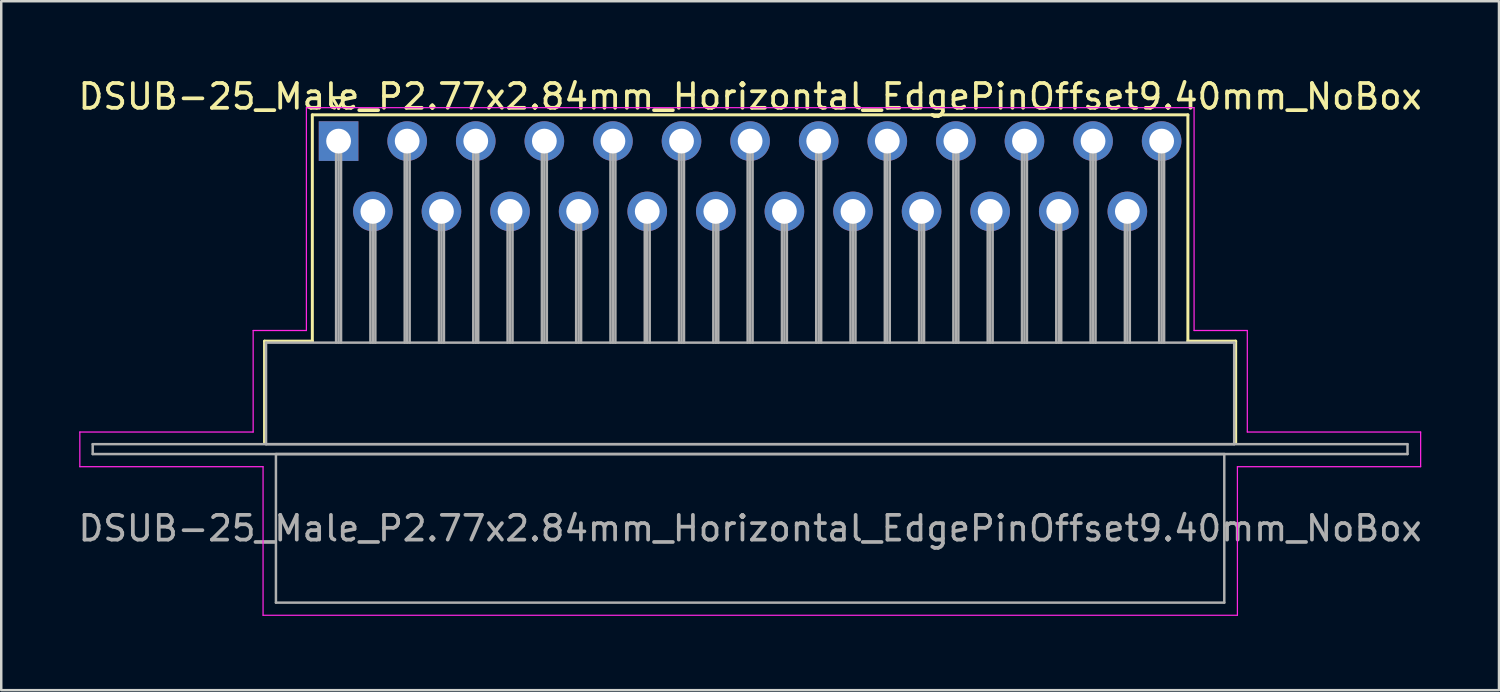
<source format=kicad_pcb>
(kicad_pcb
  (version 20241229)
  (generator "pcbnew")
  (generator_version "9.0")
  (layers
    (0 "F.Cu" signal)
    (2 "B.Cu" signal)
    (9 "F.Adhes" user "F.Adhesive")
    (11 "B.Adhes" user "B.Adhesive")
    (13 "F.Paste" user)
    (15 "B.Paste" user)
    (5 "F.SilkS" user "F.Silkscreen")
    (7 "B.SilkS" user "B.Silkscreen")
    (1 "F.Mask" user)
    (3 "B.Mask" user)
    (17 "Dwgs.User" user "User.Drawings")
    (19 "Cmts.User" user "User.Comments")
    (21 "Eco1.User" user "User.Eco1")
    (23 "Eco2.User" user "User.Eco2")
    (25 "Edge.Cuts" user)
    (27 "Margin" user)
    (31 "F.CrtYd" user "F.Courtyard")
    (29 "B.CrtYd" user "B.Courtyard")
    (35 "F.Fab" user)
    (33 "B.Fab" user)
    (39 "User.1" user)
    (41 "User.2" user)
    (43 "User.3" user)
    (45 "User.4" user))
  (footprint "DSUB-25_Male_P2.77x2.84mm_Horizontal_EdgePinOffset9.40mm_NoBox"
    (layer "F.Cu")
    (at 10.624 2.648)
    (property "Reference" "DSUB-25_Male_P2.77x2.84mm_Horizontal_EdgePinOffset9.40mm_NoBox" (at 16.62 -1.8 0) (layer "F.SilkS") (effects (font (size 1 1) (thickness 0.15))))
    (attr through_hole)
    (fp_line (start -2.99 8.08) (end -1.06 8.08) (stroke (width 0.12) (type solid)) (layer "F.SilkS"))
    (fp_line (start -2.99 12.18) (end -2.99 8.08) (stroke (width 0.12) (type solid)) (layer "F.SilkS"))
    (fp_line (start -1.06 -1.06) (end 34.3 -1.06) (stroke (width 0.12) (type solid)) (layer "F.SilkS"))
    (fp_line (start -1.06 8.08) (end -1.06 -1.06) (stroke (width 0.12) (type solid)) (layer "F.SilkS"))
    (fp_line (start -0.25 -1.754) (end 0.25 -1.754) (stroke (width 0.12) (type solid)) (layer "F.SilkS"))
    (fp_line (start 0 -1.321) (end -0.25 -1.754) (stroke (width 0.12) (type solid)) (layer "F.SilkS"))
    (fp_line (start 0.25 -1.754) (end 0 -1.321) (stroke (width 0.12) (type solid)) (layer "F.SilkS"))
    (fp_line (start 34.3 -1.06) (end 34.3 8.08) (stroke (width 0.12) (type solid)) (layer "F.SilkS"))
    (fp_line (start 34.3 8.08) (end 36.23 8.08) (stroke (width 0.12) (type solid)) (layer "F.SilkS"))
    (fp_line (start 36.23 8.08) (end 36.23 12.18) (stroke (width 0.12) (type solid)) (layer "F.SilkS"))
    (fp_line (start -10.45 11.75) (end -3.45 11.75) (stroke (width 0.05) (type solid)) (layer "F.CrtYd"))
    (fp_line (start -10.45 13.15) (end -10.45 11.75) (stroke (width 0.05) (type solid)) (layer "F.CrtYd"))
    (fp_line (start -3.45 7.65) (end -1.3 7.65) (stroke (width 0.05) (type solid)) (layer "F.CrtYd"))
    (fp_line (start -3.45 11.75) (end -3.45 7.65) (stroke (width 0.05) (type solid)) (layer "F.CrtYd"))
    (fp_line (start -3.05 13.15) (end -10.45 13.15) (stroke (width 0.05) (type solid)) (layer "F.CrtYd"))
    (fp_line (start -3.05 19.15) (end -3.05 13.15) (stroke (width 0.05) (type solid)) (layer "F.CrtYd"))
    (fp_line (start -1.3 -1.35) (end 34.55 -1.35) (stroke (width 0.05) (type solid)) (layer "F.CrtYd"))
    (fp_line (start -1.3 7.65) (end -1.3 -1.35) (stroke (width 0.05) (type solid)) (layer "F.CrtYd"))
    (fp_line (start 34.55 -1.35) (end 34.55 7.65) (stroke (width 0.05) (type solid)) (layer "F.CrtYd"))
    (fp_line (start 34.55 7.65) (end 36.7 7.65) (stroke (width 0.05) (type solid)) (layer "F.CrtYd"))
    (fp_line (start 36.3 13.15) (end 36.3 19.15) (stroke (width 0.05) (type solid)) (layer "F.CrtYd"))
    (fp_line (start 36.3 19.15) (end -3.05 19.15) (stroke (width 0.05) (type solid)) (layer "F.CrtYd"))
    (fp_line (start 36.7 7.65) (end 36.7 11.75) (stroke (width 0.05) (type solid)) (layer "F.CrtYd"))
    (fp_line (start 36.7 11.75) (end 43.7 11.75) (stroke (width 0.05) (type solid)) (layer "F.CrtYd"))
    (fp_line (start 43.7 11.75) (end 43.7 13.15) (stroke (width 0.05) (type solid)) (layer "F.CrtYd"))
    (fp_line (start 43.7 13.15) (end 36.3 13.15) (stroke (width 0.05) (type solid)) (layer "F.CrtYd"))
    (fp_line (start -9.93 12.24) (end -9.93 12.64) (stroke (width 0.1) (type solid)) (layer "F.Fab"))
    (fp_line (start -9.93 12.64) (end 43.17 12.64) (stroke (width 0.1) (type solid)) (layer "F.Fab"))
    (fp_line (start -2.93 8.14) (end -2.93 12.24) (stroke (width 0.1) (type solid)) (layer "F.Fab"))
    (fp_line (start -2.93 12.24) (end 36.17 12.24) (stroke (width 0.1) (type solid)) (layer "F.Fab"))
    (fp_line (start -2.53 12.64) (end -2.53 18.64) (stroke (width 0.1) (type solid)) (layer "F.Fab"))
    (fp_line (start -2.53 18.64) (end 35.77 18.64) (stroke (width 0.1) (type solid)) (layer "F.Fab"))
    (fp_line (start -0.1 0) (end -0.1 8.14) (stroke (width 0.1) (type solid)) (layer "F.Fab"))
    (fp_line (start 0 0) (end 0 8.14) (stroke (width 0.1) (type solid)) (layer "F.Fab"))
    (fp_line (start 0.1 0) (end 0.1 8.14) (stroke (width 0.1) (type solid)) (layer "F.Fab"))
    (fp_line (start 1.285 2.84) (end 1.285 8.14) (stroke (width 0.1) (type solid)) (layer "F.Fab"))
    (fp_line (start 1.385 2.84) (end 1.385 8.14) (stroke (width 0.1) (type solid)) (layer "F.Fab"))
    (fp_line (start 1.485 2.84) (end 1.485 8.14) (stroke (width 0.1) (type solid)) (layer "F.Fab"))
    (fp_line (start 2.67 0) (end 2.67 8.14) (stroke (width 0.1) (type solid)) (layer "F.Fab"))
    (fp_line (start 2.77 0) (end 2.77 8.14) (stroke (width 0.1) (type solid)) (layer "F.Fab"))
    (fp_line (start 2.87 0) (end 2.87 8.14) (stroke (width 0.1) (type solid)) (layer "F.Fab"))
    (fp_line (start 4.055 2.84) (end 4.055 8.14) (stroke (width 0.1) (type solid)) (layer "F.Fab"))
    (fp_line (start 4.155 2.84) (end 4.155 8.14) (stroke (width 0.1) (type solid)) (layer "F.Fab"))
    (fp_line (start 4.255 2.84) (end 4.255 8.14) (stroke (width 0.1) (type solid)) (layer "F.Fab"))
    (fp_line (start 5.44 0) (end 5.44 8.14) (stroke (width 0.1) (type solid)) (layer "F.Fab"))
    (fp_line (start 5.54 0) (end 5.54 8.14) (stroke (width 0.1) (type solid)) (layer "F.Fab"))
    (fp_line (start 5.64 0) (end 5.64 8.14) (stroke (width 0.1) (type solid)) (layer "F.Fab"))
    (fp_line (start 6.825 2.84) (end 6.825 8.14) (stroke (width 0.1) (type solid)) (layer "F.Fab"))
    (fp_line (start 6.925 2.84) (end 6.925 8.14) (stroke (width 0.1) (type solid)) (layer "F.Fab"))
    (fp_line (start 7.025 2.84) (end 7.025 8.14) (stroke (width 0.1) (type solid)) (layer "F.Fab"))
    (fp_line (start 8.21 0) (end 8.21 8.14) (stroke (width 0.1) (type solid)) (layer "F.Fab"))
    (fp_line (start 8.31 0) (end 8.31 8.14) (stroke (width 0.1) (type solid)) (layer "F.Fab"))
    (fp_line (start 8.41 0) (end 8.41 8.14) (stroke (width 0.1) (type solid)) (layer "F.Fab"))
    (fp_line (start 9.595 2.84) (end 9.595 8.14) (stroke (width 0.1) (type solid)) (layer "F.Fab"))
    (fp_line (start 9.695 2.84) (end 9.695 8.14) (stroke (width 0.1) (type solid)) (layer "F.Fab"))
    (fp_line (start 9.795 2.84) (end 9.795 8.14) (stroke (width 0.1) (type solid)) (layer "F.Fab"))
    (fp_line (start 10.98 0) (end 10.98 8.14) (stroke (width 0.1) (type solid)) (layer "F.Fab"))
    (fp_line (start 11.08 0) (end 11.08 8.14) (stroke (width 0.1) (type solid)) (layer "F.Fab"))
    (fp_line (start 11.18 0) (end 11.18 8.14) (stroke (width 0.1) (type solid)) (layer "F.Fab"))
    (fp_line (start 12.365 2.84) (end 12.365 8.14) (stroke (width 0.1) (type solid)) (layer "F.Fab"))
    (fp_line (start 12.465 2.84) (end 12.465 8.14) (stroke (width 0.1) (type solid)) (layer "F.Fab"))
    (fp_line (start 12.565 2.84) (end 12.565 8.14) (stroke (width 0.1) (type solid)) (layer "F.Fab"))
    (fp_line (start 13.75 0) (end 13.75 8.14) (stroke (width 0.1) (type solid)) (layer "F.Fab"))
    (fp_line (start 13.85 0) (end 13.85 8.14) (stroke (width 0.1) (type solid)) (layer "F.Fab"))
    (fp_line (start 13.95 0) (end 13.95 8.14) (stroke (width 0.1) (type solid)) (layer "F.Fab"))
    (fp_line (start 15.135 2.84) (end 15.135 8.14) (stroke (width 0.1) (type solid)) (layer "F.Fab"))
    (fp_line (start 15.235 2.84) (end 15.235 8.14) (stroke (width 0.1) (type solid)) (layer "F.Fab"))
    (fp_line (start 15.335 2.84) (end 15.335 8.14) (stroke (width 0.1) (type solid)) (layer "F.Fab"))
    (fp_line (start 16.52 0) (end 16.52 8.14) (stroke (width 0.1) (type solid)) (layer "F.Fab"))
    (fp_line (start 16.62 0) (end 16.62 8.14) (stroke (width 0.1) (type solid)) (layer "F.Fab"))
    (fp_line (start 16.72 0) (end 16.72 8.14) (stroke (width 0.1) (type solid)) (layer "F.Fab"))
    (fp_line (start 17.905 2.84) (end 17.905 8.14) (stroke (width 0.1) (type solid)) (layer "F.Fab"))
    (fp_line (start 18.005 2.84) (end 18.005 8.14) (stroke (width 0.1) (type solid)) (layer "F.Fab"))
    (fp_line (start 18.105 2.84) (end 18.105 8.14) (stroke (width 0.1) (type solid)) (layer "F.Fab"))
    (fp_line (start 19.29 0) (end 19.29 8.14) (stroke (width 0.1) (type solid)) (layer "F.Fab"))
    (fp_line (start 19.39 0) (end 19.39 8.14) (stroke (width 0.1) (type solid)) (layer "F.Fab"))
    (fp_line (start 19.49 0) (end 19.49 8.14) (stroke (width 0.1) (type solid)) (layer "F.Fab"))
    (fp_line (start 20.675 2.84) (end 20.675 8.14) (stroke (width 0.1) (type solid)) (layer "F.Fab"))
    (fp_line (start 20.775 2.84) (end 20.775 8.14) (stroke (width 0.1) (type solid)) (layer "F.Fab"))
    (fp_line (start 20.875 2.84) (end 20.875 8.14) (stroke (width 0.1) (type solid)) (layer "F.Fab"))
    (fp_line (start 22.06 0) (end 22.06 8.14) (stroke (width 0.1) (type solid)) (layer "F.Fab"))
    (fp_line (start 22.16 0) (end 22.16 8.14) (stroke (width 0.1) (type solid)) (layer "F.Fab"))
    (fp_line (start 22.26 0) (end 22.26 8.14) (stroke (width 0.1) (type solid)) (layer "F.Fab"))
    (fp_line (start 23.445 2.84) (end 23.445 8.14) (stroke (width 0.1) (type solid)) (layer "F.Fab"))
    (fp_line (start 23.545 2.84) (end 23.545 8.14) (stroke (width 0.1) (type solid)) (layer "F.Fab"))
    (fp_line (start 23.645 2.84) (end 23.645 8.14) (stroke (width 0.1) (type solid)) (layer "F.Fab"))
    (fp_line (start 24.83 0) (end 24.83 8.14) (stroke (width 0.1) (type solid)) (layer "F.Fab"))
    (fp_line (start 24.93 0) (end 24.93 8.14) (stroke (width 0.1) (type solid)) (layer "F.Fab"))
    (fp_line (start 25.03 0) (end 25.03 8.14) (stroke (width 0.1) (type solid)) (layer "F.Fab"))
    (fp_line (start 26.215 2.84) (end 26.215 8.14) (stroke (width 0.1) (type solid)) (layer "F.Fab"))
    (fp_line (start 26.315 2.84) (end 26.315 8.14) (stroke (width 0.1) (type solid)) (layer "F.Fab"))
    (fp_line (start 26.415 2.84) (end 26.415 8.14) (stroke (width 0.1) (type solid)) (layer "F.Fab"))
    (fp_line (start 27.6 0) (end 27.6 8.14) (stroke (width 0.1) (type solid)) (layer "F.Fab"))
    (fp_line (start 27.7 0) (end 27.7 8.14) (stroke (width 0.1) (type solid)) (layer "F.Fab"))
    (fp_line (start 27.8 0) (end 27.8 8.14) (stroke (width 0.1) (type solid)) (layer "F.Fab"))
    (fp_line (start 28.985 2.84) (end 28.985 8.14) (stroke (width 0.1) (type solid)) (layer "F.Fab"))
    (fp_line (start 29.085 2.84) (end 29.085 8.14) (stroke (width 0.1) (type solid)) (layer "F.Fab"))
    (fp_line (start 29.185 2.84) (end 29.185 8.14) (stroke (width 0.1) (type solid)) (layer "F.Fab"))
    (fp_line (start 30.37 0) (end 30.37 8.14) (stroke (width 0.1) (type solid)) (layer "F.Fab"))
    (fp_line (start 30.47 0) (end 30.47 8.14) (stroke (width 0.1) (type solid)) (layer "F.Fab"))
    (fp_line (start 30.57 0) (end 30.57 8.14) (stroke (width 0.1) (type solid)) (layer "F.Fab"))
    (fp_line (start 31.755 2.84) (end 31.755 8.14) (stroke (width 0.1) (type solid)) (layer "F.Fab"))
    (fp_line (start 31.855 2.84) (end 31.855 8.14) (stroke (width 0.1) (type solid)) (layer "F.Fab"))
    (fp_line (start 31.955 2.84) (end 31.955 8.14) (stroke (width 0.1) (type solid)) (layer "F.Fab"))
    (fp_line (start 33.14 0) (end 33.14 8.14) (stroke (width 0.1) (type solid)) (layer "F.Fab"))
    (fp_line (start 33.24 0) (end 33.24 8.14) (stroke (width 0.1) (type solid)) (layer "F.Fab"))
    (fp_line (start 33.34 0) (end 33.34 8.14) (stroke (width 0.1) (type solid)) (layer "F.Fab"))
    (fp_line (start 35.77 12.64) (end -2.53 12.64) (stroke (width 0.1) (type solid)) (layer "F.Fab"))
    (fp_line (start 35.77 18.64) (end 35.77 12.64) (stroke (width 0.1) (type solid)) (layer "F.Fab"))
    (fp_line (start 36.17 8.14) (end -2.93 8.14) (stroke (width 0.1) (type solid)) (layer "F.Fab"))
    (fp_line (start 36.17 12.24) (end 36.17 8.14) (stroke (width 0.1) (type solid)) (layer "F.Fab"))
    (fp_line (start 43.17 12.24) (end -9.93 12.24) (stroke (width 0.1) (type solid)) (layer "F.Fab"))
    (fp_line (start 43.17 12.64) (end 43.17 12.24) (stroke (width 0.1) (type solid)) (layer "F.Fab"))
    (fp_text user "${REFERENCE}" (at 16.62 15.64 0) (layer "F.Fab") (effects (font (size 1 1) (thickness 0.15))))
    (pad "1" thru_hole rect (at 0 0) (size 1.6 1.6) (drill 1) (layers "*.Cu" "*.Mask"))
    (pad "2" thru_hole circle (at 2.77 0) (size 1.6 1.6) (drill 1) (layers "*.Cu" "*.Mask"))
    (pad "3" thru_hole circle (at 5.54 0) (size 1.6 1.6) (drill 1) (layers "*.Cu" "*.Mask"))
    (pad "4" thru_hole circle (at 8.31 0) (size 1.6 1.6) (drill 1) (layers "*.Cu" "*.Mask"))
    (pad "5" thru_hole circle (at 11.08 0) (size 1.6 1.6) (drill 1) (layers "*.Cu" "*.Mask"))
    (pad "6" thru_hole circle (at 13.85 0) (size 1.6 1.6) (drill 1) (layers "*.Cu" "*.Mask"))
    (pad "7" thru_hole circle (at 16.62 0) (size 1.6 1.6) (drill 1) (layers "*.Cu" "*.Mask"))
    (pad "8" thru_hole circle (at 19.39 0) (size 1.6 1.6) (drill 1) (layers "*.Cu" "*.Mask"))
    (pad "9" thru_hole circle (at 22.16 0) (size 1.6 1.6) (drill 1) (layers "*.Cu" "*.Mask"))
    (pad "10" thru_hole circle (at 24.93 0) (size 1.6 1.6) (drill 1) (layers "*.Cu" "*.Mask"))
    (pad "11" thru_hole circle (at 27.7 0) (size 1.6 1.6) (drill 1) (layers "*.Cu" "*.Mask"))
    (pad "12" thru_hole circle (at 30.47 0) (size 1.6 1.6) (drill 1) (layers "*.Cu" "*.Mask"))
    (pad "13" thru_hole circle (at 33.24 0) (size 1.6 1.6) (drill 1) (layers "*.Cu" "*.Mask"))
    (pad "14" thru_hole circle (at 1.385 2.84) (size 1.6 1.6) (drill 1) (layers "*.Cu" "*.Mask"))
    (pad "15" thru_hole circle (at 4.155 2.84) (size 1.6 1.6) (drill 1) (layers "*.Cu" "*.Mask"))
    (pad "16" thru_hole circle (at 6.925 2.84) (size 1.6 1.6) (drill 1) (layers "*.Cu" "*.Mask"))
    (pad "17" thru_hole circle (at 9.695 2.84) (size 1.6 1.6) (drill 1) (layers "*.Cu" "*.Mask"))
    (pad "18" thru_hole circle (at 12.465 2.84) (size 1.6 1.6) (drill 1) (layers "*.Cu" "*.Mask"))
    (pad "19" thru_hole circle (at 15.235 2.84) (size 1.6 1.6) (drill 1) (layers "*.Cu" "*.Mask"))
    (pad "20" thru_hole circle (at 18.005 2.84) (size 1.6 1.6) (drill 1) (layers "*.Cu" "*.Mask"))
    (pad "21" thru_hole circle (at 20.775 2.84) (size 1.6 1.6) (drill 1) (layers "*.Cu" "*.Mask"))
    (pad "22" thru_hole circle (at 23.545 2.84) (size 1.6 1.6) (drill 1) (layers "*.Cu" "*.Mask"))
    (pad "23" thru_hole circle (at 26.315 2.84) (size 1.6 1.6) (drill 1) (layers "*.Cu" "*.Mask"))
    (pad "24" thru_hole circle (at 29.085 2.84) (size 1.6 1.6) (drill 1) (layers "*.Cu" "*.Mask"))
    (pad "25" thru_hole circle (at 31.855 2.84) (size 1.6 1.6) (drill 1) (layers "*.Cu" "*.Mask")))
  (gr_rect
    (start -3 -3)
    (end 57.488 24.823)
    (stroke (width 0.1) (type default))
    (fill no)
    (layer "Edge.Cuts")))
</source>
